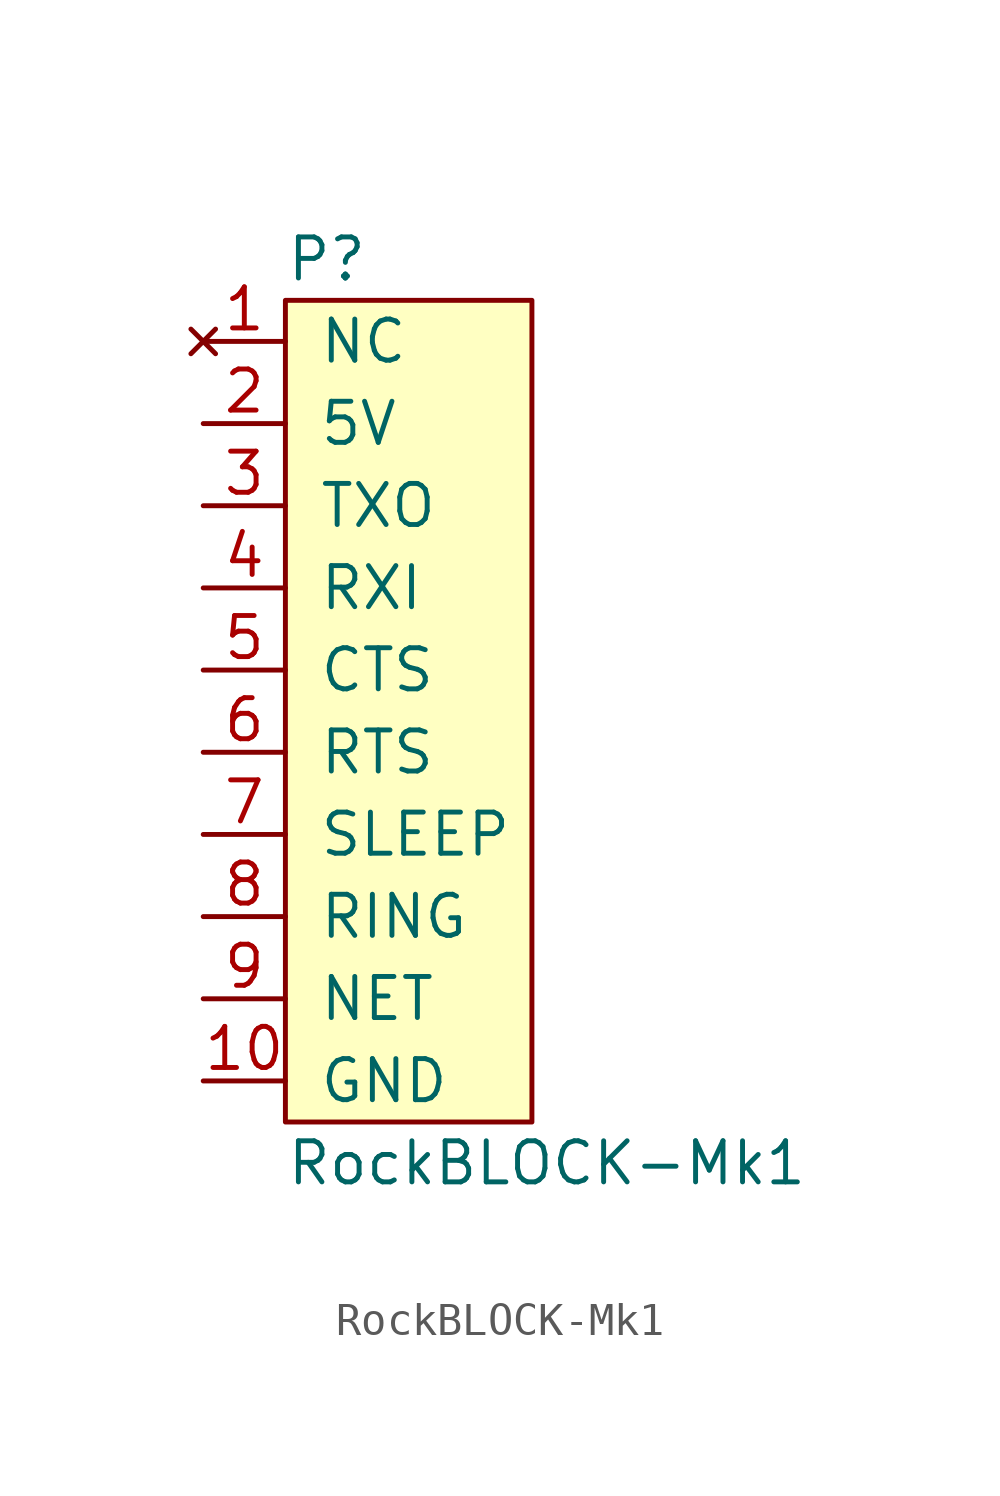
<source format=kicad_sym>
(kicad_symbol_lib
  (version 20211014)
  (generator kicad_symbol_editor)
  (symbol "RockBLOCK-Mk1"
    (pin_names
      (offset 1.016))
    (property "Reference" "P"
      (at -2.54 12.7 0)
      (effects (font (size 1.27 1.27)) (justify left)))
    (property "Value" "RockBLOCK-Mk1"
      (at -2.54 -15.24 0)
      (effects (font (size 1.27 1.27)) (justify left)))
    (symbol "RockBLOCK-Mk1_0_1"
      (rectangle (start -2.54 11.43) (end 5.08 -13.97) (stroke (width 0) (type default) (color 0 0 0 0)) (fill (type background))))
    (symbol "RockBLOCK-Mk1_1_1"
      (pin no_connect line (at -5.08 10.16 0) (length 2.54) (name "NC" (effects (font (size 1.27 1.27)))) (number "1" (effects (font (size 1.27 1.27)))))
      (pin power_in line (at -5.08 -12.7 0) (length 2.54) (name "GND" (effects (font (size 1.27 1.27)))) (number "10" (effects (font (size 1.27 1.27)))))
      (pin power_in line (at -5.08 7.62 0) (length 2.54) (name "5V" (effects (font (size 1.27 1.27)))) (number "2" (effects (font (size 1.27 1.27)))))
      (pin output line (at -5.08 5.08 0) (length 2.54) (name "TXO" (effects (font (size 1.27 1.27)))) (number "3" (effects (font (size 1.27 1.27)))))
      (pin input line (at -5.08 2.54 0) (length 2.54) (name "RXI" (effects (font (size 1.27 1.27)))) (number "4" (effects (font (size 1.27 1.27)))))
      (pin output line (at -5.08 0 0) (length 2.54) (name "CTS" (effects (font (size 1.27 1.27)))) (number "5" (effects (font (size 1.27 1.27)))))
      (pin input line (at -5.08 -2.54 0) (length 2.54) (name "RTS" (effects (font (size 1.27 1.27)))) (number "6" (effects (font (size 1.27 1.27)))))
      (pin input line (at -5.08 -5.08 0) (length 2.54) (name "SLEEP" (effects (font (size 1.27 1.27)))) (number "7" (effects (font (size 1.27 1.27)))))
      (pin output line (at -5.08 -7.62 0) (length 2.54) (name "RING" (effects (font (size 1.27 1.27)))) (number "8" (effects (font (size 1.27 1.27)))))
      (pin output line (at -5.08 -10.16 0) (length 2.54) (name "NET" (effects (font (size 1.27 1.27)))) (number "9" (effects (font (size 1.27 1.27))))))))
</source>
